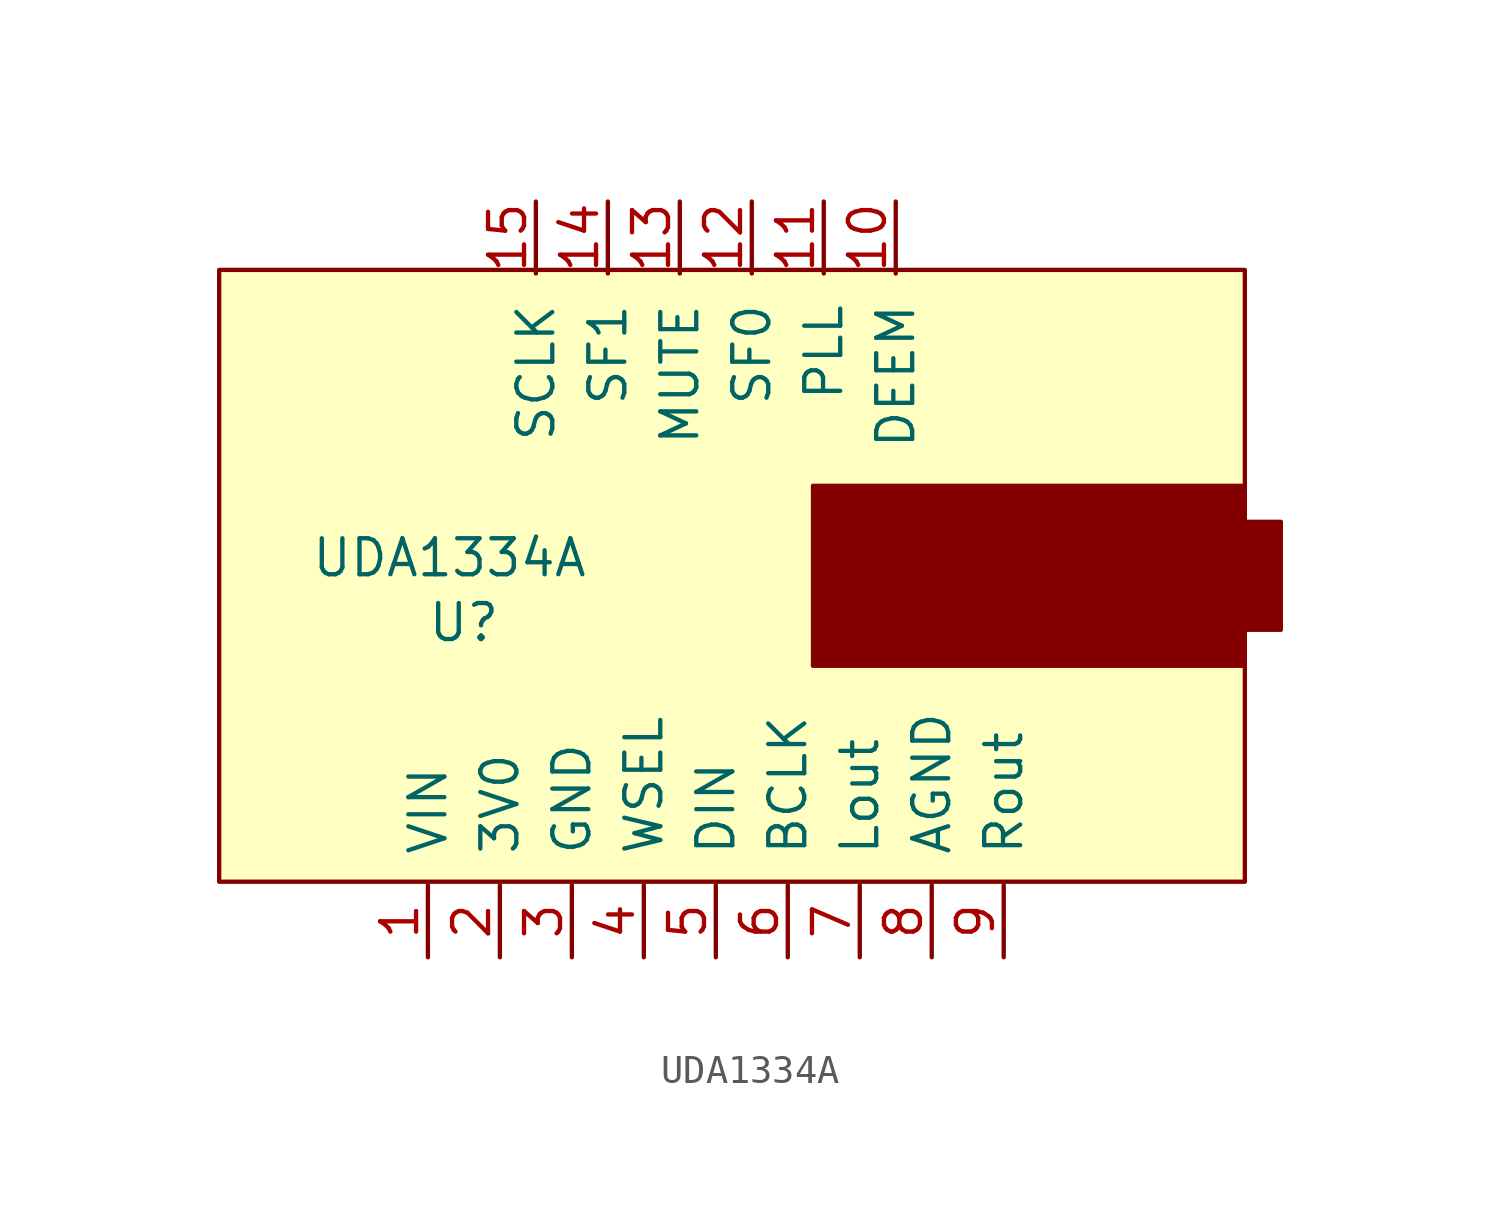
<source format=kicad_sym>
(kicad_symbol_lib
  (version 20211014)
  (generator kicad_symbol_editor)
  (symbol "UDA1334A"
    (pin_names
      (offset 1.016))
    (property "Reference" "U"
      (at -8.89 -1.524 0)
      (effects (font (size 1.27 1.27))))
    (property "Value" "UDA1334A"
      (at -9.398 0.762 0)
      (effects (font (size 1.27 1.27))))
    (symbol "UDA1334A_0_1"
      (rectangle (start -17.526 10.922) (end 18.669 -10.668) (stroke (width 0) (type default) (color 0 0 0 0)) (fill (type background)))
      (rectangle (start 3.429 -3.048) (end 18.669 3.302) (stroke (width 0) (type default) (color 0 0 0 0)) (fill (type outline)))
      (rectangle (start 18.669 -1.778) (end 19.939 2.032) (stroke (width 0) (type default) (color 0 0 0 0)) (fill (type outline))))
    (symbol "UDA1334A_1_1"
      (pin power_in line (at -10.16 -13.335 90) (length 2.54) (name "VIN" (effects (font (size 1.27 1.27)))) (number "1" (effects (font (size 1.27 1.27)))))
      (pin input line (at 6.35 13.335 270) (length 2.54) (name "DEEM" (effects (font (size 1.27 1.27)))) (number "10" (effects (font (size 1.27 1.27)))))
      (pin output line (at 3.81 13.335 270) (length 2.54) (name "PLL" (effects (font (size 1.27 1.27)))) (number "11" (effects (font (size 1.27 1.27)))))
      (pin input line (at 1.27 13.335 270) (length 2.54) (name "SF0" (effects (font (size 1.27 1.27)))) (number "12" (effects (font (size 1.27 1.27)))))
      (pin input line (at -1.27 13.335 270) (length 2.54) (name "MUTE" (effects (font (size 1.27 1.27)))) (number "13" (effects (font (size 1.27 1.27)))))
      (pin input line (at -3.81 13.335 270) (length 2.54) (name "SF1" (effects (font (size 1.27 1.27)))) (number "14" (effects (font (size 1.27 1.27)))))
      (pin input line (at -6.35 13.335 270) (length 2.54) (name "SCLK" (effects (font (size 1.27 1.27)))) (number "15" (effects (font (size 1.27 1.27)))))
      (pin power_out line (at -7.62 -13.335 90) (length 2.54) (name "3V0" (effects (font (size 1.27 1.27)))) (number "2" (effects (font (size 1.27 1.27)))))
      (pin passive line (at -5.08 -13.335 90) (length 2.54) (name "GND" (effects (font (size 1.27 1.27)))) (number "3" (effects (font (size 1.27 1.27)))))
      (pin input line (at -2.54 -13.335 90) (length 2.54) (name "WSEL" (effects (font (size 1.27 1.27)))) (number "4" (effects (font (size 1.27 1.27)))))
      (pin input line (at 0 -13.335 90) (length 2.54) (name "DIN" (effects (font (size 1.27 1.27)))) (number "5" (effects (font (size 1.27 1.27)))))
      (pin input line (at 2.54 -13.335 90) (length 2.54) (name "BCLK" (effects (font (size 1.27 1.27)))) (number "6" (effects (font (size 1.27 1.27)))))
      (pin output line (at 5.08 -13.335 90) (length 2.54) (name "Lout" (effects (font (size 1.27 1.27)))) (number "7" (effects (font (size 1.27 1.27)))))
      (pin passive line (at 7.62 -13.335 90) (length 2.54) (name "AGND" (effects (font (size 1.27 1.27)))) (number "8" (effects (font (size 1.27 1.27)))))
      (pin output line (at 10.16 -13.335 90) (length 2.54) (name "Rout" (effects (font (size 1.27 1.27)))) (number "9" (effects (font (size 1.27 1.27))))))))
</source>
